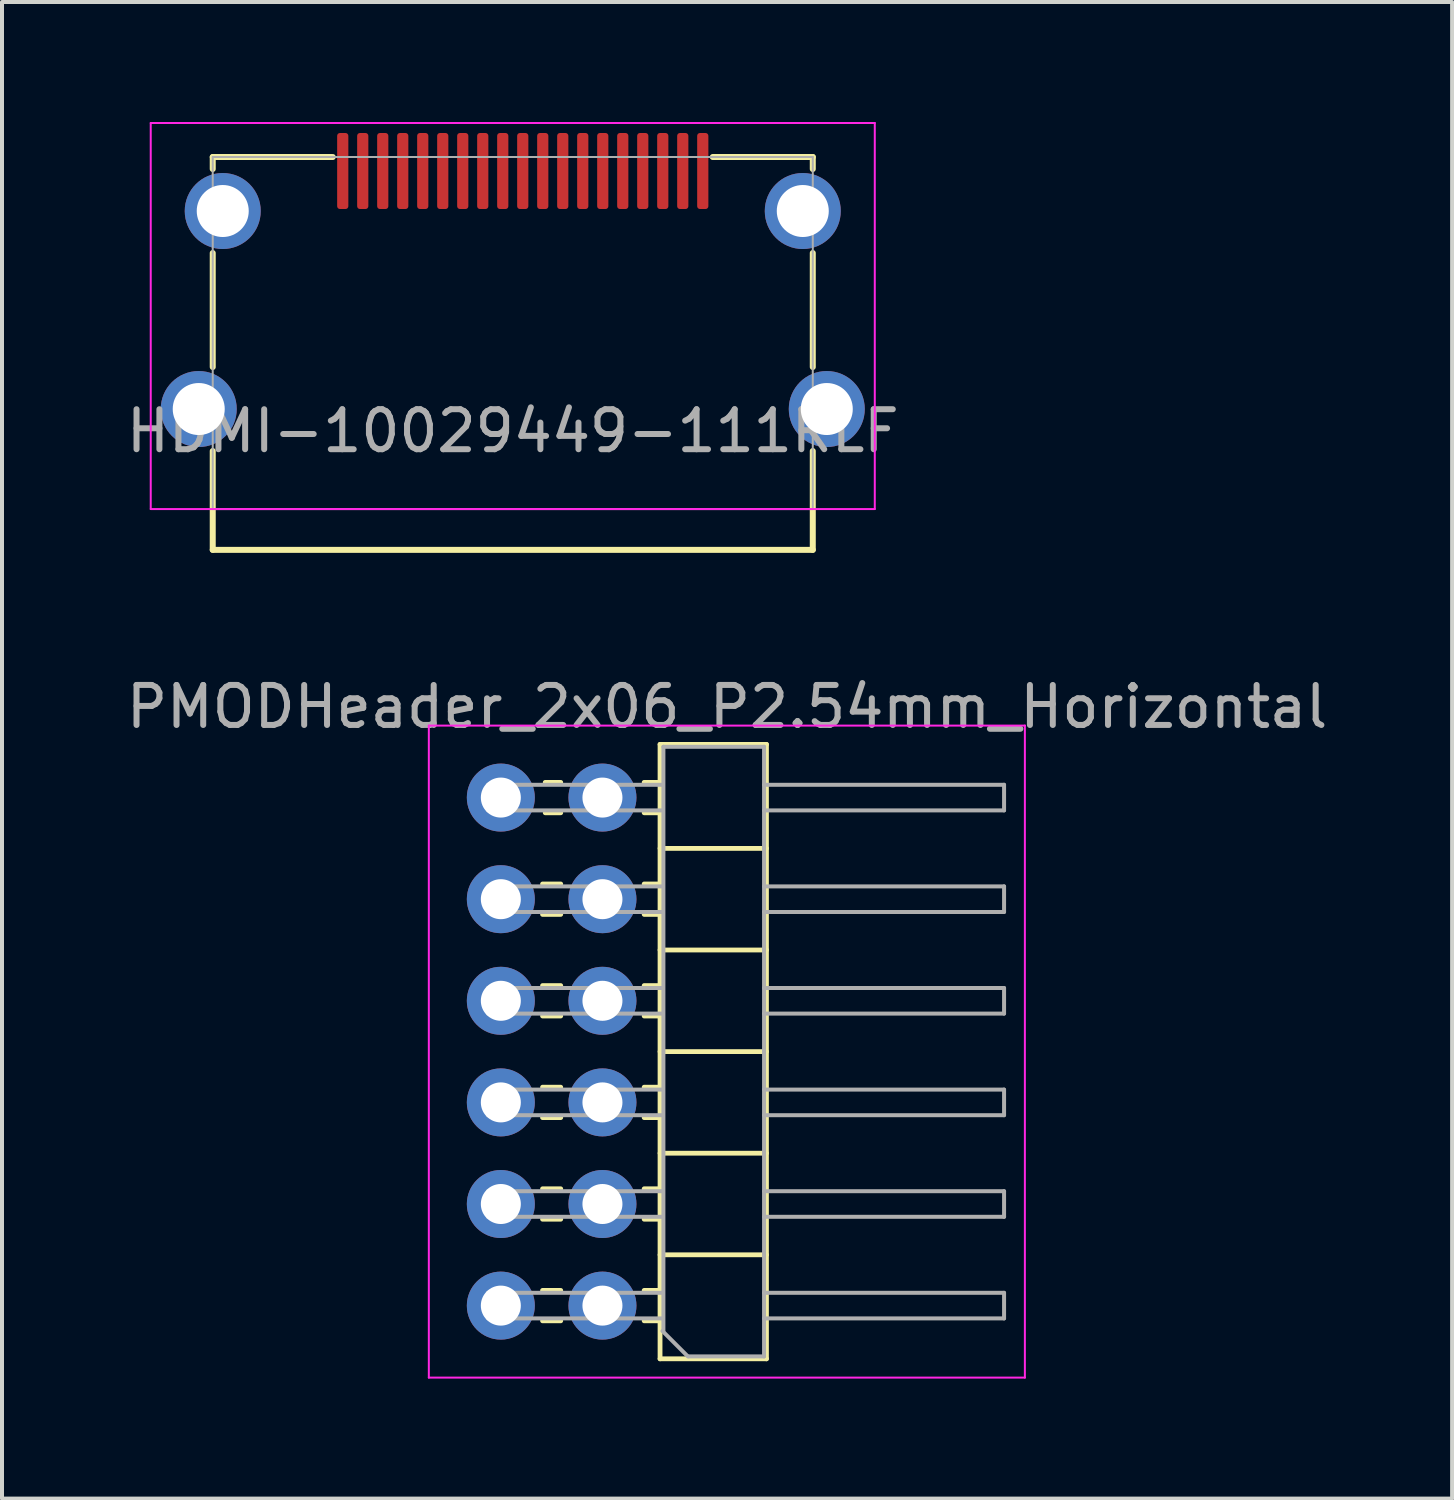
<source format=kicad_pcb>
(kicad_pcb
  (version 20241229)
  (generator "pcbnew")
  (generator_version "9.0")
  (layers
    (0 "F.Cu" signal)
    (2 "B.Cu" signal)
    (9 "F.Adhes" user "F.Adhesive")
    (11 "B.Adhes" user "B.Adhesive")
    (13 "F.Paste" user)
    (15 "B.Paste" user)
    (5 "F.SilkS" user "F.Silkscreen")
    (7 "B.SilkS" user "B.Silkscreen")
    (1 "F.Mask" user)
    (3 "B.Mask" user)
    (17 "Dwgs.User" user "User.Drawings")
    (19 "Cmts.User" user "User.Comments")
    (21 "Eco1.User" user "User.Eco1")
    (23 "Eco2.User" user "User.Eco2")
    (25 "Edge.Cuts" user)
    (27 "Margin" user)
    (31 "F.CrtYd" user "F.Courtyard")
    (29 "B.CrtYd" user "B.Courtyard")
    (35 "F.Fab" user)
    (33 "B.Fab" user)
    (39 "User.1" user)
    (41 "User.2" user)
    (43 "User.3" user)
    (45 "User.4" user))
  (footprint "HDMI-10029449-111RLF"
    (layer "F.Cu")
    (at 9.768 2.175)
    (property "Reference" "HDMI-10029449-111RLF" (at 0 5.55 0) (layer "F.Fab") (effects (font (size 1 1) (thickness 0.15))))
    (attr smd)
    (fp_line (start -7.5 -1.3) (end -7.5 -1) (stroke (width 0.15) (type solid)) (layer "F.SilkS"))
    (fp_line (start -7.5 -1.3) (end -4.5 -1.3) (stroke (width 0.15) (type solid)) (layer "F.SilkS"))
    (fp_line (start -7.5 3.95) (end -7.5 1.1) (stroke (width 0.15) (type solid)) (layer "F.SilkS"))
    (fp_line (start -7.5 8.52) (end -7.5 6.05) (stroke (width 0.15) (type solid)) (layer "F.SilkS"))
    (fp_line (start -7.5 8.52) (end 7.5 8.52) (stroke (width 0.15) (type solid)) (layer "F.SilkS"))
    (fp_line (start 5 -1.3) (end 7.5 -1.3) (stroke (width 0.15) (type solid)) (layer "F.SilkS"))
    (fp_line (start 7.5 -1.3) (end 7.5 -1) (stroke (width 0.15) (type solid)) (layer "F.SilkS"))
    (fp_line (start 7.5 3.95) (end 7.5 1.1) (stroke (width 0.15) (type solid)) (layer "F.SilkS"))
    (fp_line (start 7.5 6.05) (end 7.5 8.52) (stroke (width 0.15) (type solid)) (layer "F.SilkS"))
    (fp_line (start -9.05 -2.15) (end -9.05 7.5) (stroke (width 0.05) (type solid)) (layer "F.CrtYd"))
    (fp_line (start -9.05 -2.15) (end 9.05 -2.15) (stroke (width 0.05) (type solid)) (layer "F.CrtYd"))
    (fp_line (start -9.05 7.5) (end 9.05 7.5) (stroke (width 0.05) (type solid)) (layer "F.CrtYd"))
    (fp_line (start 9.05 7.5) (end 9.05 -2.15) (stroke (width 0.05) (type solid)) (layer "F.CrtYd"))
    (fp_line (start -7.5 -1.3) (end 7.5 -1.3) (stroke (width 0.05) (type solid)) (layer "F.Fab"))
    (fp_line (start -7.5 7.5) (end -7.5 -1.3) (stroke (width 0.05) (type solid)) (layer "F.Fab"))
    (fp_line (start -7.5 7.5) (end 7.5 7.5) (stroke (width 0.05) (type solid)) (layer "F.Fab"))
    (fp_line (start 7.5 -1.3) (end 7.5 7.5) (stroke (width 0.05) (type solid)) (layer "F.Fab"))
    (pad "1" smd roundrect (at 4.75 -0.95) (size 0.28 1.9) (layers "F.Cu" "F.Mask" "F.Paste") (roundrect_rratio 0.25))
    (pad "2" smd roundrect (at 4.25 -0.95) (size 0.28 1.9) (layers "F.Cu" "F.Mask" "F.Paste") (roundrect_rratio 0.25))
    (pad "3" smd roundrect (at 3.75 -0.95) (size 0.28 1.9) (layers "F.Cu" "F.Mask" "F.Paste") (roundrect_rratio 0.25))
    (pad "4" smd roundrect (at 3.25 -0.95) (size 0.28 1.9) (layers "F.Cu" "F.Mask" "F.Paste") (roundrect_rratio 0.25))
    (pad "5" smd roundrect (at 2.75 -0.95) (size 0.28 1.9) (layers "F.Cu" "F.Mask" "F.Paste") (roundrect_rratio 0.25))
    (pad "6" smd roundrect (at 2.25 -0.95) (size 0.28 1.9) (layers "F.Cu" "F.Mask" "F.Paste") (roundrect_rratio 0.25))
    (pad "7" smd roundrect (at 1.75 -0.95) (size 0.28 1.9) (layers "F.Cu" "F.Mask" "F.Paste") (roundrect_rratio 0.25))
    (pad "8" smd roundrect (at 1.25 -0.95) (size 0.28 1.9) (layers "F.Cu" "F.Mask" "F.Paste") (roundrect_rratio 0.25))
    (pad "9" smd roundrect (at 0.75 -0.95) (size 0.28 1.9) (layers "F.Cu" "F.Mask" "F.Paste") (roundrect_rratio 0.25))
    (pad "10" smd roundrect (at 0.25 -0.95) (size 0.28 1.9) (layers "F.Cu" "F.Mask" "F.Paste") (roundrect_rratio 0.25))
    (pad "11" smd roundrect (at -0.25 -0.95) (size 0.28 1.9) (layers "F.Cu" "F.Mask" "F.Paste") (roundrect_rratio 0.25))
    (pad "12" smd roundrect (at -0.75 -0.95) (size 0.28 1.9) (layers "F.Cu" "F.Mask" "F.Paste") (roundrect_rratio 0.25))
    (pad "13" smd roundrect (at -1.25 -0.95) (size 0.28 1.9) (layers "F.Cu" "F.Mask" "F.Paste") (roundrect_rratio 0.25))
    (pad "14" smd roundrect (at -1.75 -0.95) (size 0.28 1.9) (layers "F.Cu" "F.Mask" "F.Paste") (roundrect_rratio 0.25))
    (pad "15" smd roundrect (at -2.25 -0.95) (size 0.28 1.9) (layers "F.Cu" "F.Mask" "F.Paste") (roundrect_rratio 0.25))
    (pad "16" smd roundrect (at -2.75 -0.95) (size 0.28 1.9) (layers "F.Cu" "F.Mask" "F.Paste") (roundrect_rratio 0.25))
    (pad "17" smd roundrect (at -3.25 -0.95) (size 0.28 1.9) (layers "F.Cu" "F.Mask" "F.Paste") (roundrect_rratio 0.25))
    (pad "18" smd roundrect (at -3.75 -0.95) (size 0.28 1.9) (layers "F.Cu" "F.Mask" "F.Paste") (roundrect_rratio 0.25))
    (pad "19" smd roundrect (at -4.25 -0.95) (size 0.28 1.9) (layers "F.Cu" "F.Mask" "F.Paste") (roundrect_rratio 0.25))
    (pad "SH" thru_hole circle (at -7.85 5) (size 1.9 1.9) (drill 1.3) (layers "*.Cu" "*.Mask"))
    (pad "SH" thru_hole circle (at -7.25 0.05) (size 1.9 1.9) (drill 1.3) (layers "*.Cu" "*.Mask"))
    (pad "SH" thru_hole circle (at 7.25 0.05) (size 1.9 1.9) (drill 1.3) (layers "*.Cu" "*.Mask"))
    (pad "SH" thru_hole circle (at 7.85 5) (size 1.9 1.9) (drill 1.3) (layers "*.Cu" "*.Mask")))
  (footprint "PMODHeader_2x06_P2.54mm_Horizontal"
    (layer "F.Cu")
    (at 9.47 16.888)
    (property "Reference" "PMODHeader_2x06_P2.54mm_Horizontal" (at 5.655 -2.27 0) (layer "F.Fab") (effects (font (size 1 1) (thickness 0.15))))
    (attr through_hole)
    (fp_line (start 1.043 2.16) (end 1.497 2.16) (stroke (width 0.12) (type solid)) (layer "F.SilkS"))
    (fp_line (start 1.043 2.92) (end 1.497 2.92) (stroke (width 0.12) (type solid)) (layer "F.SilkS"))
    (fp_line (start 1.043 4.7) (end 1.497 4.7) (stroke (width 0.12) (type solid)) (layer "F.SilkS"))
    (fp_line (start 1.043 5.46) (end 1.497 5.46) (stroke (width 0.12) (type solid)) (layer "F.SilkS"))
    (fp_line (start 1.043 7.24) (end 1.497 7.24) (stroke (width 0.12) (type solid)) (layer "F.SilkS"))
    (fp_line (start 1.043 8) (end 1.497 8) (stroke (width 0.12) (type solid)) (layer "F.SilkS"))
    (fp_line (start 1.043 9.78) (end 1.497 9.78) (stroke (width 0.12) (type solid)) (layer "F.SilkS"))
    (fp_line (start 1.043 10.54) (end 1.497 10.54) (stroke (width 0.12) (type solid)) (layer "F.SilkS"))
    (fp_line (start 1.043 12.32) (end 1.497 12.32) (stroke (width 0.12) (type solid)) (layer "F.SilkS"))
    (fp_line (start 1.043 13.08) (end 1.497 13.08) (stroke (width 0.12) (type solid)) (layer "F.SilkS"))
    (fp_line (start 1.11 -0.38) (end 1.497 -0.38) (stroke (width 0.12) (type solid)) (layer "F.SilkS"))
    (fp_line (start 1.11 0.38) (end 1.497 0.38) (stroke (width 0.12) (type solid)) (layer "F.SilkS"))
    (fp_line (start 3.583 -0.38) (end 3.98 -0.38) (stroke (width 0.12) (type solid)) (layer "F.SilkS"))
    (fp_line (start 3.583 0.38) (end 3.98 0.38) (stroke (width 0.12) (type solid)) (layer "F.SilkS"))
    (fp_line (start 3.583 2.16) (end 3.98 2.16) (stroke (width 0.12) (type solid)) (layer "F.SilkS"))
    (fp_line (start 3.583 2.92) (end 3.98 2.92) (stroke (width 0.12) (type solid)) (layer "F.SilkS"))
    (fp_line (start 3.583 4.7) (end 3.98 4.7) (stroke (width 0.12) (type solid)) (layer "F.SilkS"))
    (fp_line (start 3.583 5.46) (end 3.98 5.46) (stroke (width 0.12) (type solid)) (layer "F.SilkS"))
    (fp_line (start 3.583 7.24) (end 3.98 7.24) (stroke (width 0.12) (type solid)) (layer "F.SilkS"))
    (fp_line (start 3.583 8) (end 3.98 8) (stroke (width 0.12) (type solid)) (layer "F.SilkS"))
    (fp_line (start 3.583 9.78) (end 3.98 9.78) (stroke (width 0.12) (type solid)) (layer "F.SilkS"))
    (fp_line (start 3.583 10.54) (end 3.98 10.54) (stroke (width 0.12) (type solid)) (layer "F.SilkS"))
    (fp_line (start 3.583 12.32) (end 3.98 12.32) (stroke (width 0.12) (type solid)) (layer "F.SilkS"))
    (fp_line (start 3.583 13.08) (end 3.98 13.08) (stroke (width 0.12) (type solid)) (layer "F.SilkS"))
    (fp_line (start 3.98 -1.33) (end 3.98 14.03) (stroke (width 0.12) (type solid)) (layer "F.SilkS"))
    (fp_line (start 3.98 1.27) (end 6.64 1.27) (stroke (width 0.12) (type solid)) (layer "F.SilkS"))
    (fp_line (start 3.98 3.81) (end 6.64 3.81) (stroke (width 0.12) (type solid)) (layer "F.SilkS"))
    (fp_line (start 3.98 6.35) (end 6.64 6.35) (stroke (width 0.12) (type solid)) (layer "F.SilkS"))
    (fp_line (start 3.98 8.89) (end 6.64 8.89) (stroke (width 0.12) (type solid)) (layer "F.SilkS"))
    (fp_line (start 3.98 11.43) (end 6.64 11.43) (stroke (width 0.12) (type solid)) (layer "F.SilkS"))
    (fp_line (start 3.98 14.03) (end 6.64 14.03) (stroke (width 0.12) (type solid)) (layer "F.SilkS"))
    (fp_line (start 6.64 -1.33) (end 3.98 -1.33) (stroke (width 0.12) (type solid)) (layer "F.SilkS"))
    (fp_line (start 6.64 14.03) (end 6.64 -1.33) (stroke (width 0.12) (type solid)) (layer "F.SilkS"))
    (fp_line (start -1.8 -1.8) (end -1.8 14.5) (stroke (width 0.05) (type solid)) (layer "F.CrtYd"))
    (fp_line (start -1.8 14.5) (end 13.1 14.5) (stroke (width 0.05) (type solid)) (layer "F.CrtYd"))
    (fp_line (start 13.1 -1.8) (end -1.8 -1.8) (stroke (width 0.05) (type solid)) (layer "F.CrtYd"))
    (fp_line (start 13.1 14.5) (end 13.1 -1.8) (stroke (width 0.05) (type solid)) (layer "F.CrtYd"))
    (fp_line (start -0.32 -0.32) (end -0.32 0.32) (stroke (width 0.1) (type solid)) (layer "F.Fab"))
    (fp_line (start -0.32 -0.32) (end 4.04 -0.32) (stroke (width 0.1) (type solid)) (layer "F.Fab"))
    (fp_line (start -0.32 0.32) (end 4.04 0.32) (stroke (width 0.1) (type solid)) (layer "F.Fab"))
    (fp_line (start -0.32 2.22) (end -0.32 2.86) (stroke (width 0.1) (type solid)) (layer "F.Fab"))
    (fp_line (start -0.32 2.22) (end 4.04 2.22) (stroke (width 0.1) (type solid)) (layer "F.Fab"))
    (fp_line (start -0.32 2.86) (end 4.04 2.86) (stroke (width 0.1) (type solid)) (layer "F.Fab"))
    (fp_line (start -0.32 4.76) (end -0.32 5.4) (stroke (width 0.1) (type solid)) (layer "F.Fab"))
    (fp_line (start -0.32 4.76) (end 4.04 4.76) (stroke (width 0.1) (type solid)) (layer "F.Fab"))
    (fp_line (start -0.32 5.4) (end 4.04 5.4) (stroke (width 0.1) (type solid)) (layer "F.Fab"))
    (fp_line (start -0.32 7.3) (end -0.32 7.94) (stroke (width 0.1) (type solid)) (layer "F.Fab"))
    (fp_line (start -0.32 7.3) (end 4.04 7.3) (stroke (width 0.1) (type solid)) (layer "F.Fab"))
    (fp_line (start -0.32 7.94) (end 4.04 7.94) (stroke (width 0.1) (type solid)) (layer "F.Fab"))
    (fp_line (start -0.32 9.84) (end -0.32 10.48) (stroke (width 0.1) (type solid)) (layer "F.Fab"))
    (fp_line (start -0.32 9.84) (end 4.04 9.84) (stroke (width 0.1) (type solid)) (layer "F.Fab"))
    (fp_line (start -0.32 10.48) (end 4.04 10.48) (stroke (width 0.1) (type solid)) (layer "F.Fab"))
    (fp_line (start -0.32 12.38) (end -0.32 13.02) (stroke (width 0.1) (type solid)) (layer "F.Fab"))
    (fp_line (start -0.32 12.38) (end 4.04 12.38) (stroke (width 0.1) (type solid)) (layer "F.Fab"))
    (fp_line (start -0.32 13.02) (end 4.04 13.02) (stroke (width 0.1) (type solid)) (layer "F.Fab"))
    (fp_line (start 4.04 13.335) (end 4.675 13.97) (stroke (width 0.1) (type solid)) (layer "F.Fab"))
    (fp_line (start 4.064 -1.27) (end 6.58 -1.27) (stroke (width 0.1) (type solid)) (layer "F.Fab"))
    (fp_line (start 4.064 13.335) (end 4.064 -1.27) (stroke (width 0.1) (type solid)) (layer "F.Fab"))
    (fp_line (start 6.58 -1.27) (end 6.58 13.97) (stroke (width 0.1) (type solid)) (layer "F.Fab"))
    (fp_line (start 6.58 -0.32) (end 12.58 -0.32) (stroke (width 0.1) (type solid)) (layer "F.Fab"))
    (fp_line (start 6.58 0.32) (end 12.58 0.32) (stroke (width 0.1) (type solid)) (layer "F.Fab"))
    (fp_line (start 6.58 2.22) (end 12.58 2.22) (stroke (width 0.1) (type solid)) (layer "F.Fab"))
    (fp_line (start 6.58 2.86) (end 12.58 2.86) (stroke (width 0.1) (type solid)) (layer "F.Fab"))
    (fp_line (start 6.58 4.76) (end 12.58 4.76) (stroke (width 0.1) (type solid)) (layer "F.Fab"))
    (fp_line (start 6.58 5.4) (end 12.58 5.4) (stroke (width 0.1) (type solid)) (layer "F.Fab"))
    (fp_line (start 6.58 7.3) (end 12.58 7.3) (stroke (width 0.1) (type solid)) (layer "F.Fab"))
    (fp_line (start 6.58 7.94) (end 12.58 7.94) (stroke (width 0.1) (type solid)) (layer "F.Fab"))
    (fp_line (start 6.58 9.84) (end 12.58 9.84) (stroke (width 0.1) (type solid)) (layer "F.Fab"))
    (fp_line (start 6.58 10.48) (end 12.58 10.48) (stroke (width 0.1) (type solid)) (layer "F.Fab"))
    (fp_line (start 6.58 12.38) (end 12.58 12.38) (stroke (width 0.1) (type solid)) (layer "F.Fab"))
    (fp_line (start 6.58 13.02) (end 12.58 13.02) (stroke (width 0.1) (type solid)) (layer "F.Fab"))
    (fp_line (start 6.58 13.97) (end 4.699 13.97) (stroke (width 0.1) (type solid)) (layer "F.Fab"))
    (fp_line (start 12.58 -0.32) (end 12.58 0.32) (stroke (width 0.1) (type solid)) (layer "F.Fab"))
    (fp_line (start 12.58 2.22) (end 12.58 2.86) (stroke (width 0.1) (type solid)) (layer "F.Fab"))
    (fp_line (start 12.58 4.76) (end 12.58 5.4) (stroke (width 0.1) (type solid)) (layer "F.Fab"))
    (fp_line (start 12.58 7.3) (end 12.58 7.94) (stroke (width 0.1) (type solid)) (layer "F.Fab"))
    (fp_line (start 12.58 9.84) (end 12.58 10.48) (stroke (width 0.1) (type solid)) (layer "F.Fab"))
    (fp_line (start 12.58 12.38) (end 12.58 13.02) (stroke (width 0.1) (type solid)) (layer "F.Fab"))
    (pad "1" thru_hole oval (at 0 12.7) (size 1.7 1.7) (drill 1) (layers "*.Cu" "*.Mask"))
    (pad "2" thru_hole oval (at 0 10.16) (size 1.7 1.7) (drill 1) (layers "*.Cu" "*.Mask"))
    (pad "3" thru_hole oval (at 0 7.62) (size 1.7 1.7) (drill 1) (layers "*.Cu" "*.Mask"))
    (pad "4" thru_hole oval (at 0 5.08) (size 1.7 1.7) (drill 1) (layers "*.Cu" "*.Mask"))
    (pad "5" thru_hole oval (at 0 2.54) (size 1.7 1.7) (drill 1) (layers "*.Cu" "*.Mask"))
    (pad "6" thru_hole circle (at 0 0) (size 1.7 1.7) (drill 1) (layers "*.Cu" "*.Mask"))
    (pad "7" thru_hole circle (at 2.54 12.7) (size 1.7 1.7) (drill 1) (layers "*.Cu" "*.Mask"))
    (pad "8" thru_hole oval (at 2.54 10.16) (size 1.7 1.7) (drill 1) (layers "*.Cu" "*.Mask"))
    (pad "9" thru_hole oval (at 2.54 7.62) (size 1.7 1.7) (drill 1) (layers "*.Cu" "*.Mask"))
    (pad "10" thru_hole oval (at 2.54 5.08) (size 1.7 1.7) (drill 1) (layers "*.Cu" "*.Mask"))
    (pad "11" thru_hole oval (at 2.54 2.54) (size 1.7 1.7) (drill 1) (layers "*.Cu" "*.Mask"))
    (pad "12" thru_hole oval (at 2.54 0) (size 1.7 1.7) (drill 1) (layers "*.Cu" "*.Mask")))
  (gr_rect
    (start -3 -3)
    (end 33.25 34.413)
    (stroke (width 0.1) (type default))
    (fill no)
    (layer "Edge.Cuts")))
</source>
